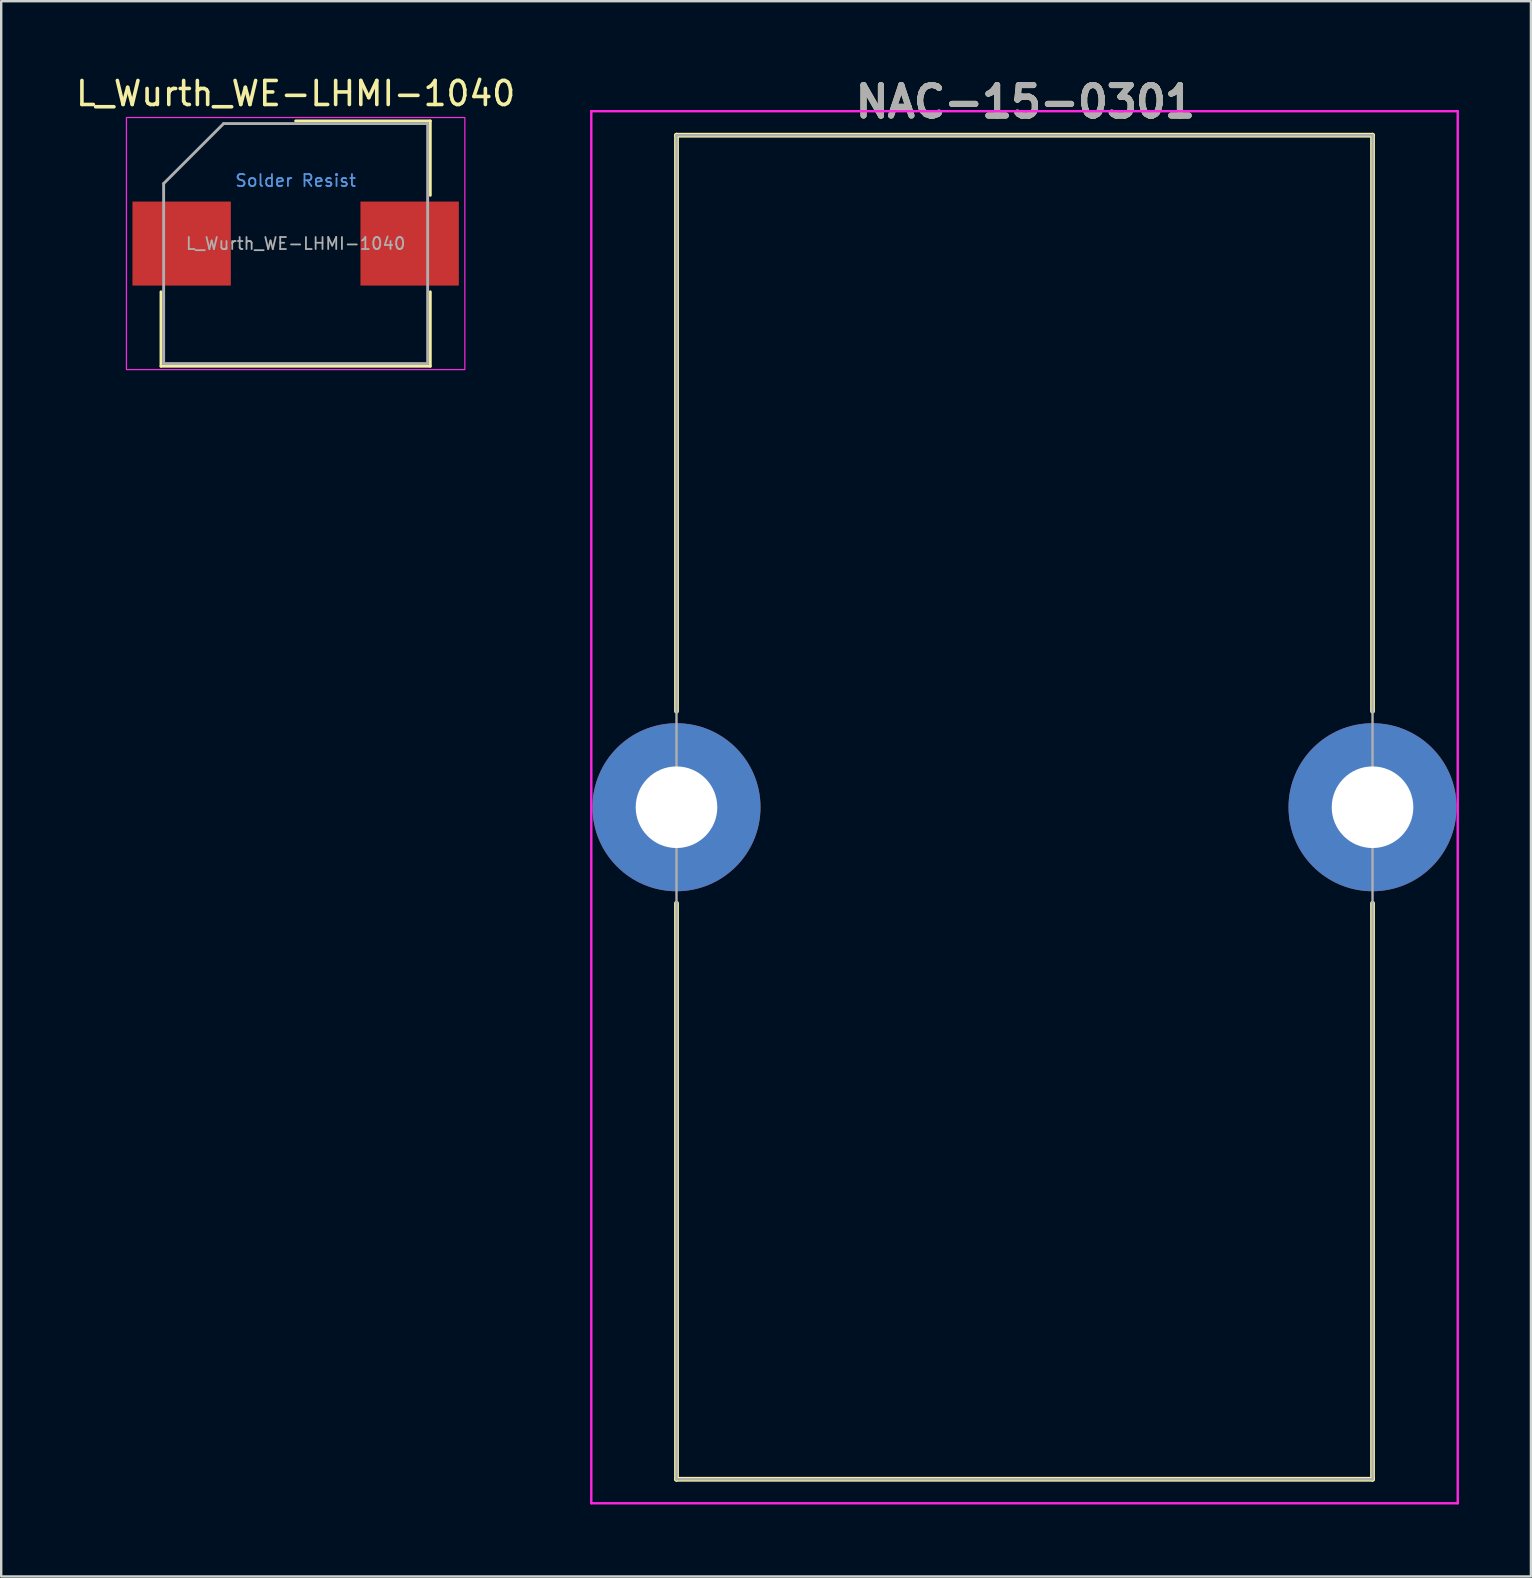
<source format=kicad_pcb>
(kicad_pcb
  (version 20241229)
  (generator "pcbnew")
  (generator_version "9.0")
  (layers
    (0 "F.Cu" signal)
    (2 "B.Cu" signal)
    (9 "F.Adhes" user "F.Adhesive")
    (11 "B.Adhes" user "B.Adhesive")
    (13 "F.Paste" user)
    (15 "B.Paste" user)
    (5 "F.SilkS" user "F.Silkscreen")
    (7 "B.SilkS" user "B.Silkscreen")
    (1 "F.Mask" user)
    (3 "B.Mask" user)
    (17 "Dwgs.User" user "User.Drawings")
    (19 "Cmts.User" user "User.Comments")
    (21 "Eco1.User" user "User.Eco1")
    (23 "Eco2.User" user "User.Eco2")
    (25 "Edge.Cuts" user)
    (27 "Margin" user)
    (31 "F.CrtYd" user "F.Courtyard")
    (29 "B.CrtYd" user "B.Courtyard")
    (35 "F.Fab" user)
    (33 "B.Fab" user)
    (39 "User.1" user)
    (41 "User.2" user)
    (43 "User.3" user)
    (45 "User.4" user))
  (footprint "NAC-15-0301"
    (layer "F.Cu")
    (at 25.136 30.583)
    (property "Reference" "NAC-15-0301" (at 14.536 -29.394 0) (layer "F.SilkS") (effects (font (size 1.27 1.27) (thickness 0.254))))
    (attr through_hole)
    (fp_line (start 0 -28) (end 29 -28) (stroke (width 0.2) (type solid)) (layer "F.SilkS"))
    (fp_line (start 0 -4) (end 0 -28) (stroke (width 0.2) (type solid)) (layer "F.SilkS"))
    (fp_line (start 0 4) (end 0 28) (stroke (width 0.2) (type solid)) (layer "F.SilkS"))
    (fp_line (start 0 28) (end 29 28) (stroke (width 0.2) (type solid)) (layer "F.SilkS"))
    (fp_line (start 29 -28) (end 29 -4) (stroke (width 0.2) (type solid)) (layer "F.SilkS"))
    (fp_line (start 29 28) (end 29 4) (stroke (width 0.2) (type solid)) (layer "F.SilkS"))
    (fp_line (start -3.55 -29) (end 32.55 -29) (stroke (width 0.1) (type solid)) (layer "F.CrtYd"))
    (fp_line (start -3.55 29) (end -3.55 -29) (stroke (width 0.1) (type solid)) (layer "F.CrtYd"))
    (fp_line (start 32.55 -29) (end 32.55 29) (stroke (width 0.1) (type solid)) (layer "F.CrtYd"))
    (fp_line (start 32.55 29) (end -3.55 29) (stroke (width 0.1) (type solid)) (layer "F.CrtYd"))
    (fp_line (start 0 -28) (end 29 -28) (stroke (width 0.1) (type solid)) (layer "F.Fab"))
    (fp_line (start 0 28) (end 0 -28) (stroke (width 0.1) (type solid)) (layer "F.Fab"))
    (fp_line (start 29 -28) (end 29 28) (stroke (width 0.1) (type solid)) (layer "F.Fab"))
    (fp_line (start 29 28) (end 0 28) (stroke (width 0.1) (type solid)) (layer "F.Fab"))
    (fp_text user "${REFERENCE}" (at 14.536 -29.394 0) (layer "F.Fab") (effects (font (size 1.27 1.27) (thickness 0.254))))
    (pad "1" thru_hole circle (at 0 0) (size 7 7) (drill 3.4) (layers "*.Cu" "*.Mask"))
    (pad "2" thru_hole circle (at 29 0) (size 7 7) (drill 3.4) (layers "*.Cu" "*.Mask")))
  (footprint "L_Wurth_WE-LHMI-1040"
    (layer "F.Cu")
    (at 9.268 7.098)
    (property "Reference" "L_Wurth_WE-LHMI-1040" (at 0 -6.25 0) (unlocked yes) (layer "F.SilkS") (effects (font (size 1 1) (thickness 0.15))))
    (attr smd)
    (fp_line (start -5.61 5.11) (end -5.61 2.01) (stroke (width 0.12) (type solid)) (layer "F.SilkS"))
    (fp_line (start -5.61 5.11) (end 5.61 5.11) (stroke (width 0.12) (type solid)) (layer "F.SilkS"))
    (fp_line (start 0 -5.11) (end 5.61 -5.11) (stroke (width 0.12) (type solid)) (layer "F.SilkS"))
    (fp_line (start 5.61 -5.11) (end 5.61 -2.01) (stroke (width 0.12) (type solid)) (layer "F.SilkS"))
    (fp_line (start 5.61 5.11) (end 5.61 2.01) (stroke (width 0.12) (type solid)) (layer "F.SilkS"))
    (fp_rect (start -7.05 -5.25) (end 7.05 5.25) (stroke (width 0.05) (type solid)) (fill no) (layer "F.CrtYd"))
    (fp_line (start -5.5 -2.5) (end -5.5 5) (stroke (width 0.12) (type solid)) (layer "F.Fab"))
    (fp_line (start -5.5 5) (end 5.5 5) (stroke (width 0.12) (type solid)) (layer "F.Fab"))
    (fp_line (start -3 -5) (end -5.5 -2.5) (stroke (width 0.12) (type solid)) (layer "F.Fab"))
    (fp_line (start 5.5 -5) (end -3 -5) (stroke (width 0.12) (type solid)) (layer "F.Fab"))
    (fp_line (start 5.5 5) (end 5.5 -5) (stroke (width 0.12) (type solid)) (layer "F.Fab"))
    (fp_text user "Solder Resist" (at 0 -2.625 0) (unlocked yes) (layer "Cmts.User") (effects (font (size 0.5 0.5) (thickness 0.075))))
    (fp_text user "${REFERENCE}" (at 0 0 0) (unlocked yes) (layer "F.Fab") (effects (font (size 0.5 0.5) (thickness 0.075))))
    (pad "1" smd rect (at -4.75 0) (size 4.1 3.5) (layers "F.Cu" "F.Mask" "F.Paste"))
    (pad "2" smd rect (at 4.75 0) (size 4.1 3.5) (layers "F.Cu" "F.Mask" "F.Paste"))
    (zone (net_name "") (layers "F.Cu" "Dwgs.User") (name "Solder Resist") (hatch full 0.1) (connect_pads) (min_thickness 0.25) (filled_areas_thickness no) (keepout (tracks not_allowed) (vias not_allowed) (pads not_allowed) (copperpour not_allowed) (footprints not_allowed)) (placement (enabled no)) (fill) (polygon (pts (xy 6.568 12.348) (xy 11.968 12.348) (xy 11.968 1.848) (xy 6.568 1.848)))))
  (gr_rect
    (start -3 -3)
    (end 60.736 62.633)
    (stroke (width 0.1) (type default))
    (fill no)
    (layer "Edge.Cuts")))
</source>
